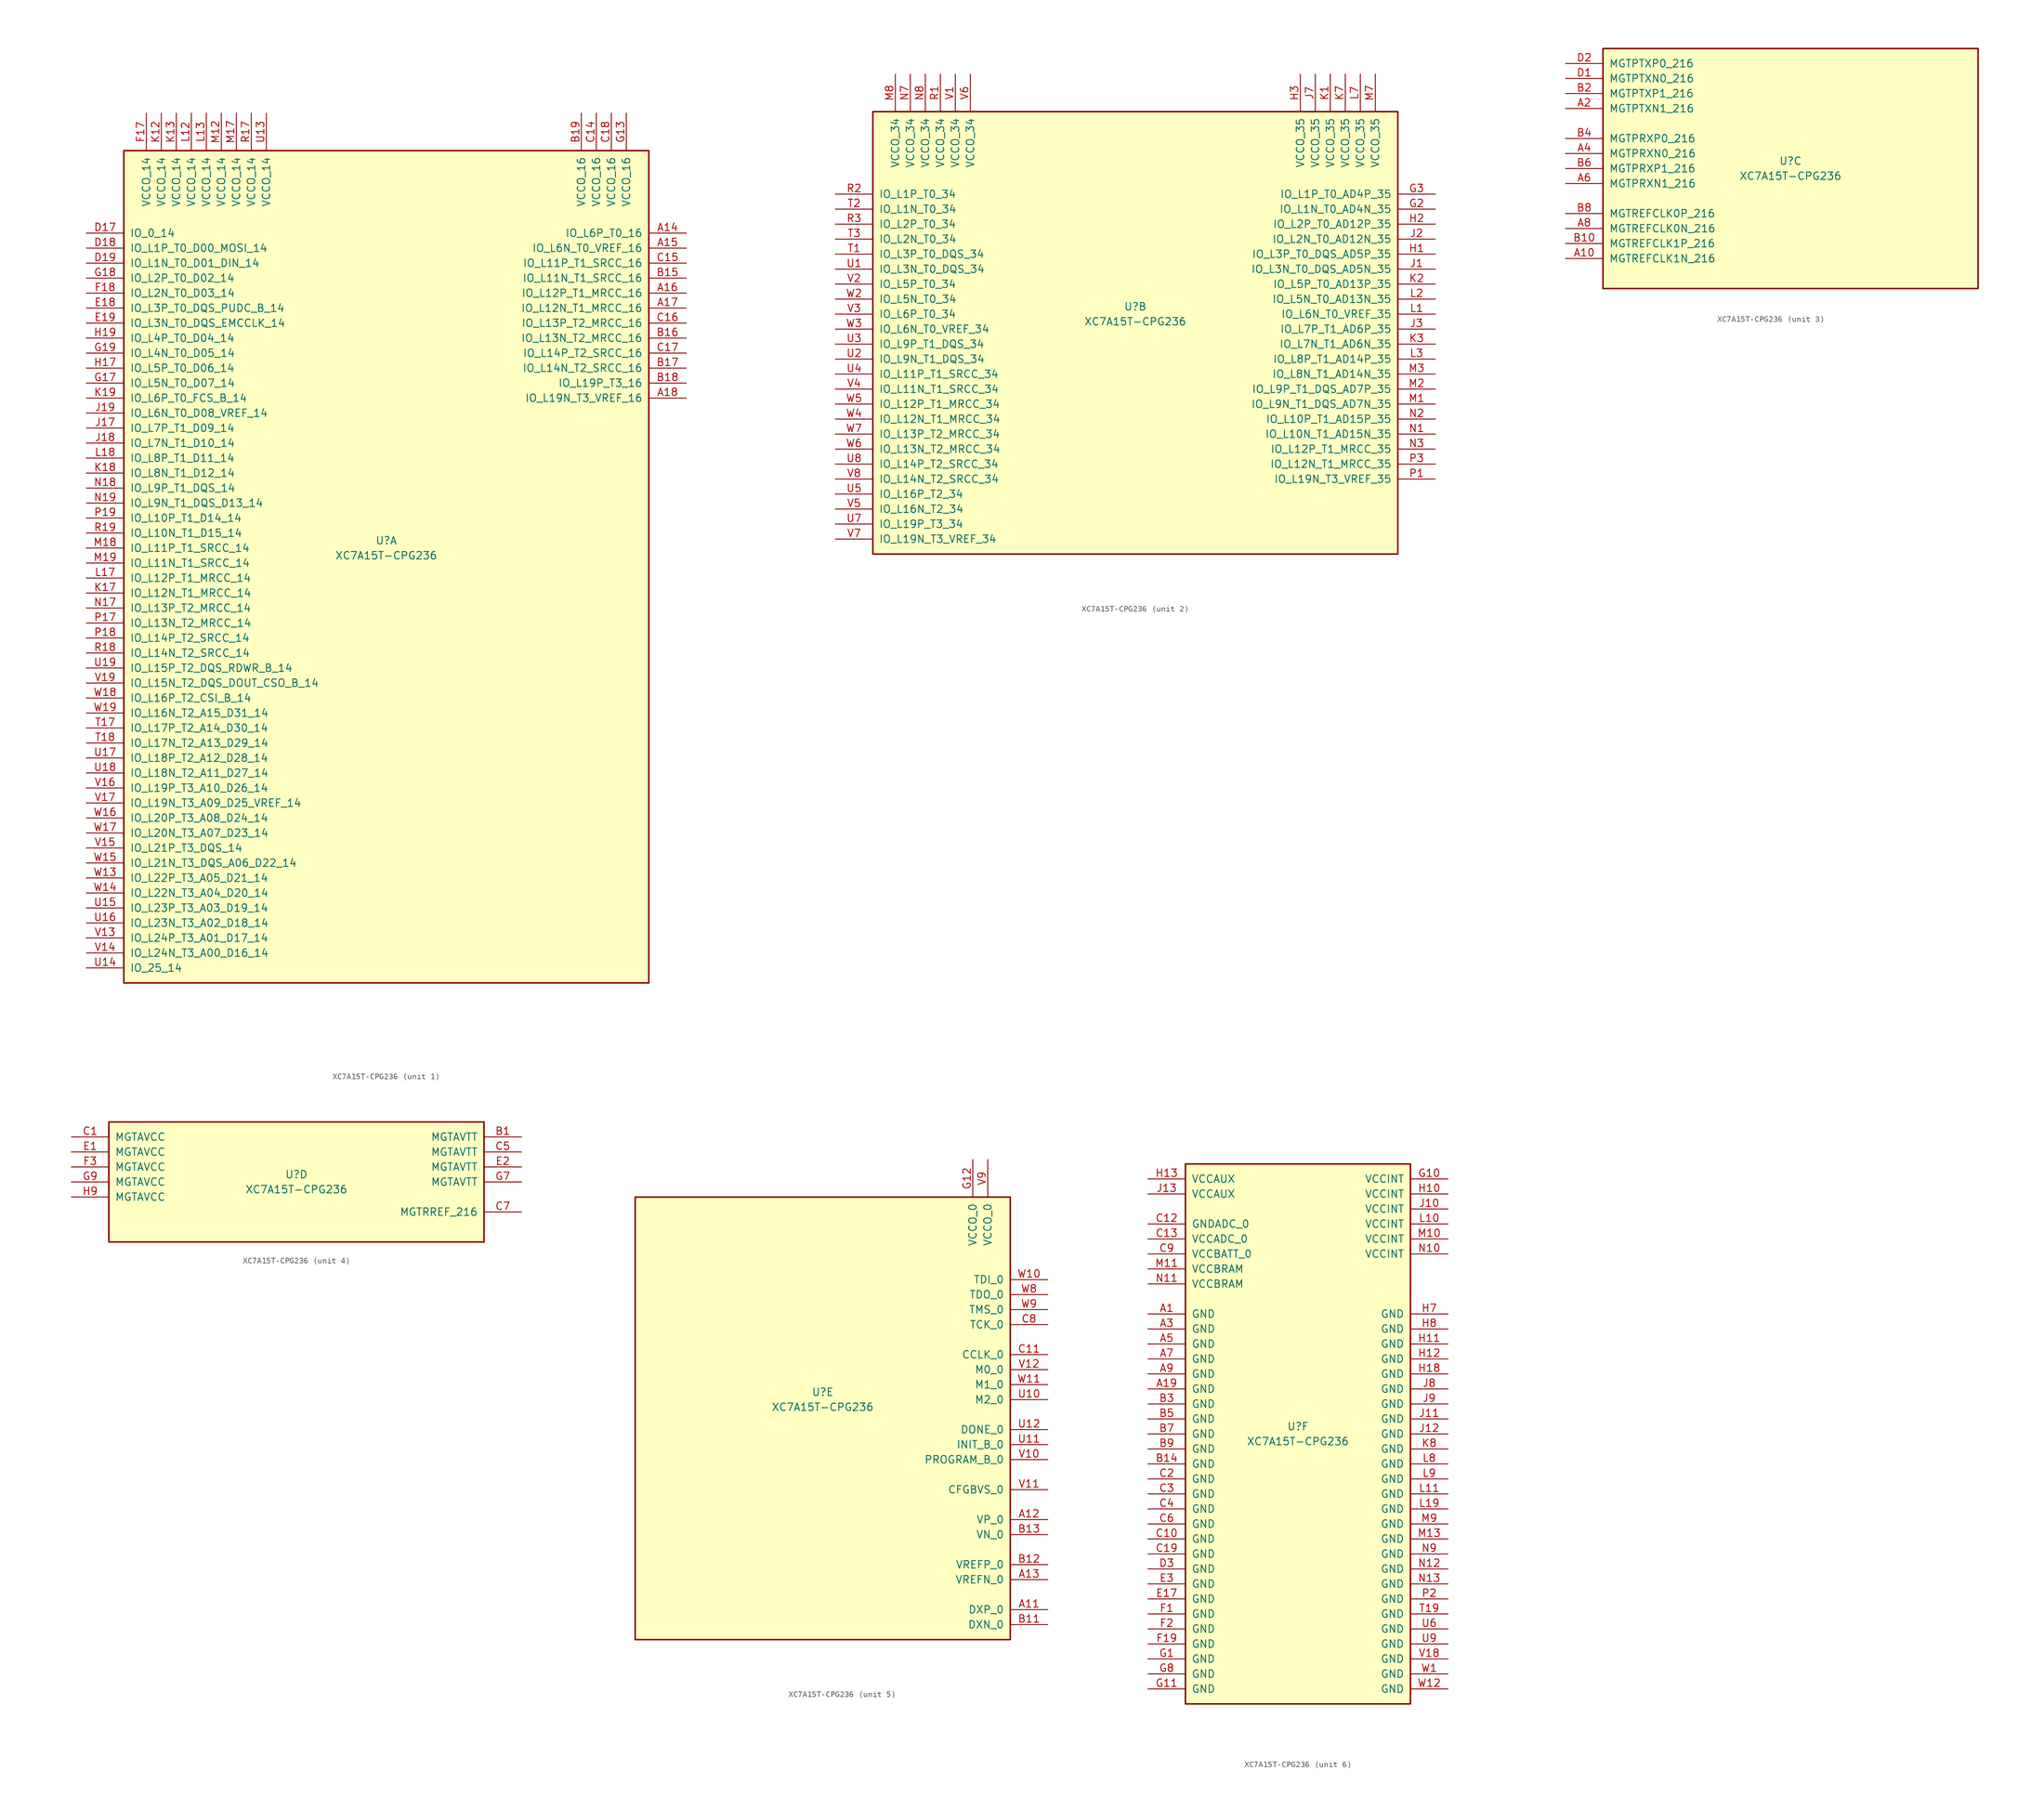
<source format=kicad_sym>
(kicad_symbol_lib
  (version 20231120)
  (generator "kicad_symbol_editor")
  (generator_version "8.0")
  (symbol "XC7A15T-CPG236"
    (pin_names
      (offset 1.016))
    (property "Reference" "U"
      (at 0 1.27 0)
      (effects (font (size 1.27 1.27))))
    (property "Value" "XC7A15T-CPG236"
      (at 0 -1.27 0)
      (effects (font (size 1.27 1.27))))
    (property "Datasheet" ""
      (at 0 0 0)
      (effects (font (size 1.27 1.27))))
    (property "ki_locked" ""
      (at 0 0 0)
      (effects (font (size 1.27 1.27))))
    (symbol "XC7A15T-CPG236_1_1"
      (rectangle (start -44.45 67.31) (end 44.45 -73.66) (stroke (width 0.254) (type solid)) (fill (type background)))
      (pin bidirectional line (at 50.8 53.34 180) (length 6.35) (name "IO_L6P_T0_16" (effects (font (size 1.27 1.27)))) (number "A14" (effects (font (size 1.27 1.27)))))
      (pin bidirectional line (at 50.8 50.8 180) (length 6.35) (name "IO_L6N_T0_VREF_16" (effects (font (size 1.27 1.27)))) (number "A15" (effects (font (size 1.27 1.27)))))
      (pin bidirectional line (at 50.8 43.18 180) (length 6.35) (name "IO_L12P_T1_MRCC_16" (effects (font (size 1.27 1.27)))) (number "A16" (effects (font (size 1.27 1.27)))))
      (pin bidirectional line (at 50.8 40.64 180) (length 6.35) (name "IO_L12N_T1_MRCC_16" (effects (font (size 1.27 1.27)))) (number "A17" (effects (font (size 1.27 1.27)))))
      (pin bidirectional line (at 50.8 25.4 180) (length 6.35) (name "IO_L19N_T3_VREF_16" (effects (font (size 1.27 1.27)))) (number "A18" (effects (font (size 1.27 1.27)))))
      (pin bidirectional line (at 50.8 45.72 180) (length 6.35) (name "IO_L11N_T1_SRCC_16" (effects (font (size 1.27 1.27)))) (number "B15" (effects (font (size 1.27 1.27)))))
      (pin bidirectional line (at 50.8 35.56 180) (length 6.35) (name "IO_L13N_T2_MRCC_16" (effects (font (size 1.27 1.27)))) (number "B16" (effects (font (size 1.27 1.27)))))
      (pin bidirectional line (at 50.8 30.48 180) (length 6.35) (name "IO_L14N_T2_SRCC_16" (effects (font (size 1.27 1.27)))) (number "B17" (effects (font (size 1.27 1.27)))))
      (pin bidirectional line (at 50.8 27.94 180) (length 6.35) (name "IO_L19P_T3_16" (effects (font (size 1.27 1.27)))) (number "B18" (effects (font (size 1.27 1.27)))))
      (pin power_in line (at 33.02 73.66 270) (length 6.35) (name "VCCO_16" (effects (font (size 1.27 1.27)))) (number "B19" (effects (font (size 1.27 1.27)))))
      (pin power_in line (at 35.56 73.66 270) (length 6.35) (name "VCCO_16" (effects (font (size 1.27 1.27)))) (number "C14" (effects (font (size 1.27 1.27)))))
      (pin bidirectional line (at 50.8 48.26 180) (length 6.35) (name "IO_L11P_T1_SRCC_16" (effects (font (size 1.27 1.27)))) (number "C15" (effects (font (size 1.27 1.27)))))
      (pin bidirectional line (at 50.8 38.1 180) (length 6.35) (name "IO_L13P_T2_MRCC_16" (effects (font (size 1.27 1.27)))) (number "C16" (effects (font (size 1.27 1.27)))))
      (pin bidirectional line (at 50.8 33.02 180) (length 6.35) (name "IO_L14P_T2_SRCC_16" (effects (font (size 1.27 1.27)))) (number "C17" (effects (font (size 1.27 1.27)))))
      (pin power_in line (at 38.1 73.66 270) (length 6.35) (name "VCCO_16" (effects (font (size 1.27 1.27)))) (number "C18" (effects (font (size 1.27 1.27)))))
      (pin bidirectional line (at -50.8 53.34 0) (length 6.35) (name "IO_0_14" (effects (font (size 1.27 1.27)))) (number "D17" (effects (font (size 1.27 1.27)))))
      (pin bidirectional line (at -50.8 50.8 0) (length 6.35) (name "IO_L1P_T0_D00_MOSI_14" (effects (font (size 1.27 1.27)))) (number "D18" (effects (font (size 1.27 1.27)))))
      (pin bidirectional line (at -50.8 48.26 0) (length 6.35) (name "IO_L1N_T0_D01_DIN_14" (effects (font (size 1.27 1.27)))) (number "D19" (effects (font (size 1.27 1.27)))))
      (pin bidirectional line (at -50.8 40.64 0) (length 6.35) (name "IO_L3P_T0_DQS_PUDC_B_14" (effects (font (size 1.27 1.27)))) (number "E18" (effects (font (size 1.27 1.27)))))
      (pin bidirectional line (at -50.8 38.1 0) (length 6.35) (name "IO_L3N_T0_DQS_EMCCLK_14" (effects (font (size 1.27 1.27)))) (number "E19" (effects (font (size 1.27 1.27)))))
      (pin power_in line (at -40.64 73.66 270) (length 6.35) (name "VCCO_14" (effects (font (size 1.27 1.27)))) (number "F17" (effects (font (size 1.27 1.27)))))
      (pin bidirectional line (at -50.8 43.18 0) (length 6.35) (name "IO_L2N_T0_D03_14" (effects (font (size 1.27 1.27)))) (number "F18" (effects (font (size 1.27 1.27)))))
      (pin power_in line (at 40.64 73.66 270) (length 6.35) (name "VCCO_16" (effects (font (size 1.27 1.27)))) (number "G13" (effects (font (size 1.27 1.27)))))
      (pin bidirectional line (at -50.8 27.94 0) (length 6.35) (name "IO_L5N_T0_D07_14" (effects (font (size 1.27 1.27)))) (number "G17" (effects (font (size 1.27 1.27)))))
      (pin bidirectional line (at -50.8 45.72 0) (length 6.35) (name "IO_L2P_T0_D02_14" (effects (font (size 1.27 1.27)))) (number "G18" (effects (font (size 1.27 1.27)))))
      (pin bidirectional line (at -50.8 33.02 0) (length 6.35) (name "IO_L4N_T0_D05_14" (effects (font (size 1.27 1.27)))) (number "G19" (effects (font (size 1.27 1.27)))))
      (pin bidirectional line (at -50.8 30.48 0) (length 6.35) (name "IO_L5P_T0_D06_14" (effects (font (size 1.27 1.27)))) (number "H17" (effects (font (size 1.27 1.27)))))
      (pin bidirectional line (at -50.8 35.56 0) (length 6.35) (name "IO_L4P_T0_D04_14" (effects (font (size 1.27 1.27)))) (number "H19" (effects (font (size 1.27 1.27)))))
      (pin bidirectional line (at -50.8 20.32 0) (length 6.35) (name "IO_L7P_T1_D09_14" (effects (font (size 1.27 1.27)))) (number "J17" (effects (font (size 1.27 1.27)))))
      (pin bidirectional line (at -50.8 17.78 0) (length 6.35) (name "IO_L7N_T1_D10_14" (effects (font (size 1.27 1.27)))) (number "J18" (effects (font (size 1.27 1.27)))))
      (pin bidirectional line (at -50.8 22.86 0) (length 6.35) (name "IO_L6N_T0_D08_VREF_14" (effects (font (size 1.27 1.27)))) (number "J19" (effects (font (size 1.27 1.27)))))
      (pin power_in line (at -38.1 73.66 270) (length 6.35) (name "VCCO_14" (effects (font (size 1.27 1.27)))) (number "K12" (effects (font (size 1.27 1.27)))))
      (pin power_in line (at -35.56 73.66 270) (length 6.35) (name "VCCO_14" (effects (font (size 1.27 1.27)))) (number "K13" (effects (font (size 1.27 1.27)))))
      (pin bidirectional line (at -50.8 -7.62 0) (length 6.35) (name "IO_L12N_T1_MRCC_14" (effects (font (size 1.27 1.27)))) (number "K17" (effects (font (size 1.27 1.27)))))
      (pin bidirectional line (at -50.8 12.7 0) (length 6.35) (name "IO_L8N_T1_D12_14" (effects (font (size 1.27 1.27)))) (number "K18" (effects (font (size 1.27 1.27)))))
      (pin bidirectional line (at -50.8 25.4 0) (length 6.35) (name "IO_L6P_T0_FCS_B_14" (effects (font (size 1.27 1.27)))) (number "K19" (effects (font (size 1.27 1.27)))))
      (pin power_in line (at -33.02 73.66 270) (length 6.35) (name "VCCO_14" (effects (font (size 1.27 1.27)))) (number "L12" (effects (font (size 1.27 1.27)))))
      (pin power_in line (at -30.48 73.66 270) (length 6.35) (name "VCCO_14" (effects (font (size 1.27 1.27)))) (number "L13" (effects (font (size 1.27 1.27)))))
      (pin bidirectional line (at -50.8 -5.08 0) (length 6.35) (name "IO_L12P_T1_MRCC_14" (effects (font (size 1.27 1.27)))) (number "L17" (effects (font (size 1.27 1.27)))))
      (pin bidirectional line (at -50.8 15.24 0) (length 6.35) (name "IO_L8P_T1_D11_14" (effects (font (size 1.27 1.27)))) (number "L18" (effects (font (size 1.27 1.27)))))
      (pin power_in line (at -27.94 73.66 270) (length 6.35) (name "VCCO_14" (effects (font (size 1.27 1.27)))) (number "M12" (effects (font (size 1.27 1.27)))))
      (pin power_in line (at -25.4 73.66 270) (length 6.35) (name "VCCO_14" (effects (font (size 1.27 1.27)))) (number "M17" (effects (font (size 1.27 1.27)))))
      (pin bidirectional line (at -50.8 0 0) (length 6.35) (name "IO_L11P_T1_SRCC_14" (effects (font (size 1.27 1.27)))) (number "M18" (effects (font (size 1.27 1.27)))))
      (pin bidirectional line (at -50.8 -2.54 0) (length 6.35) (name "IO_L11N_T1_SRCC_14" (effects (font (size 1.27 1.27)))) (number "M19" (effects (font (size 1.27 1.27)))))
      (pin bidirectional line (at -50.8 -10.16 0) (length 6.35) (name "IO_L13P_T2_MRCC_14" (effects (font (size 1.27 1.27)))) (number "N17" (effects (font (size 1.27 1.27)))))
      (pin bidirectional line (at -50.8 10.16 0) (length 6.35) (name "IO_L9P_T1_DQS_14" (effects (font (size 1.27 1.27)))) (number "N18" (effects (font (size 1.27 1.27)))))
      (pin bidirectional line (at -50.8 7.62 0) (length 6.35) (name "IO_L9N_T1_DQS_D13_14" (effects (font (size 1.27 1.27)))) (number "N19" (effects (font (size 1.27 1.27)))))
      (pin bidirectional line (at -50.8 -12.7 0) (length 6.35) (name "IO_L13N_T2_MRCC_14" (effects (font (size 1.27 1.27)))) (number "P17" (effects (font (size 1.27 1.27)))))
      (pin bidirectional line (at -50.8 -15.24 0) (length 6.35) (name "IO_L14P_T2_SRCC_14" (effects (font (size 1.27 1.27)))) (number "P18" (effects (font (size 1.27 1.27)))))
      (pin bidirectional line (at -50.8 5.08 0) (length 6.35) (name "IO_L10P_T1_D14_14" (effects (font (size 1.27 1.27)))) (number "P19" (effects (font (size 1.27 1.27)))))
      (pin power_in line (at -22.86 73.66 270) (length 6.35) (name "VCCO_14" (effects (font (size 1.27 1.27)))) (number "R17" (effects (font (size 1.27 1.27)))))
      (pin bidirectional line (at -50.8 -17.78 0) (length 6.35) (name "IO_L14N_T2_SRCC_14" (effects (font (size 1.27 1.27)))) (number "R18" (effects (font (size 1.27 1.27)))))
      (pin bidirectional line (at -50.8 2.54 0) (length 6.35) (name "IO_L10N_T1_D15_14" (effects (font (size 1.27 1.27)))) (number "R19" (effects (font (size 1.27 1.27)))))
      (pin bidirectional line (at -50.8 -30.48 0) (length 6.35) (name "IO_L17P_T2_A14_D30_14" (effects (font (size 1.27 1.27)))) (number "T17" (effects (font (size 1.27 1.27)))))
      (pin bidirectional line (at -50.8 -33.02 0) (length 6.35) (name "IO_L17N_T2_A13_D29_14" (effects (font (size 1.27 1.27)))) (number "T18" (effects (font (size 1.27 1.27)))))
      (pin power_in line (at -20.32 73.66 270) (length 6.35) (name "VCCO_14" (effects (font (size 1.27 1.27)))) (number "U13" (effects (font (size 1.27 1.27)))))
      (pin bidirectional line (at -50.8 -71.12 0) (length 6.35) (name "IO_25_14" (effects (font (size 1.27 1.27)))) (number "U14" (effects (font (size 1.27 1.27)))))
      (pin bidirectional line (at -50.8 -60.96 0) (length 6.35) (name "IO_L23P_T3_A03_D19_14" (effects (font (size 1.27 1.27)))) (number "U15" (effects (font (size 1.27 1.27)))))
      (pin bidirectional line (at -50.8 -63.5 0) (length 6.35) (name "IO_L23N_T3_A02_D18_14" (effects (font (size 1.27 1.27)))) (number "U16" (effects (font (size 1.27 1.27)))))
      (pin bidirectional line (at -50.8 -35.56 0) (length 6.35) (name "IO_L18P_T2_A12_D28_14" (effects (font (size 1.27 1.27)))) (number "U17" (effects (font (size 1.27 1.27)))))
      (pin bidirectional line (at -50.8 -38.1 0) (length 6.35) (name "IO_L18N_T2_A11_D27_14" (effects (font (size 1.27 1.27)))) (number "U18" (effects (font (size 1.27 1.27)))))
      (pin bidirectional line (at -50.8 -20.32 0) (length 6.35) (name "IO_L15P_T2_DQS_RDWR_B_14" (effects (font (size 1.27 1.27)))) (number "U19" (effects (font (size 1.27 1.27)))))
      (pin bidirectional line (at -50.8 -66.04 0) (length 6.35) (name "IO_L24P_T3_A01_D17_14" (effects (font (size 1.27 1.27)))) (number "V13" (effects (font (size 1.27 1.27)))))
      (pin bidirectional line (at -50.8 -68.58 0) (length 6.35) (name "IO_L24N_T3_A00_D16_14" (effects (font (size 1.27 1.27)))) (number "V14" (effects (font (size 1.27 1.27)))))
      (pin bidirectional line (at -50.8 -50.8 0) (length 6.35) (name "IO_L21P_T3_DQS_14" (effects (font (size 1.27 1.27)))) (number "V15" (effects (font (size 1.27 1.27)))))
      (pin bidirectional line (at -50.8 -40.64 0) (length 6.35) (name "IO_L19P_T3_A10_D26_14" (effects (font (size 1.27 1.27)))) (number "V16" (effects (font (size 1.27 1.27)))))
      (pin bidirectional line (at -50.8 -43.18 0) (length 6.35) (name "IO_L19N_T3_A09_D25_VREF_14" (effects (font (size 1.27 1.27)))) (number "V17" (effects (font (size 1.27 1.27)))))
      (pin bidirectional line (at -50.8 -22.86 0) (length 6.35) (name "IO_L15N_T2_DQS_DOUT_CSO_B_14" (effects (font (size 1.27 1.27)))) (number "V19" (effects (font (size 1.27 1.27)))))
      (pin bidirectional line (at -50.8 -55.88 0) (length 6.35) (name "IO_L22P_T3_A05_D21_14" (effects (font (size 1.27 1.27)))) (number "W13" (effects (font (size 1.27 1.27)))))
      (pin bidirectional line (at -50.8 -58.42 0) (length 6.35) (name "IO_L22N_T3_A04_D20_14" (effects (font (size 1.27 1.27)))) (number "W14" (effects (font (size 1.27 1.27)))))
      (pin bidirectional line (at -50.8 -53.34 0) (length 6.35) (name "IO_L21N_T3_DQS_A06_D22_14" (effects (font (size 1.27 1.27)))) (number "W15" (effects (font (size 1.27 1.27)))))
      (pin bidirectional line (at -50.8 -45.72 0) (length 6.35) (name "IO_L20P_T3_A08_D24_14" (effects (font (size 1.27 1.27)))) (number "W16" (effects (font (size 1.27 1.27)))))
      (pin bidirectional line (at -50.8 -48.26 0) (length 6.35) (name "IO_L20N_T3_A07_D23_14" (effects (font (size 1.27 1.27)))) (number "W17" (effects (font (size 1.27 1.27)))))
      (pin bidirectional line (at -50.8 -25.4 0) (length 6.35) (name "IO_L16P_T2_CSI_B_14" (effects (font (size 1.27 1.27)))) (number "W18" (effects (font (size 1.27 1.27)))))
      (pin bidirectional line (at -50.8 -27.94 0) (length 6.35) (name "IO_L16N_T2_A15_D31_14" (effects (font (size 1.27 1.27)))) (number "W19" (effects (font (size 1.27 1.27))))))
    (symbol "XC7A15T-CPG236_2_1"
      (rectangle (start -44.45 34.29) (end 44.45 -40.64) (stroke (width 0.254) (type solid)) (fill (type background)))
      (pin bidirectional line (at 50.8 17.78 180) (length 6.35) (name "IO_L1N_T0_AD4N_35" (effects (font (size 1.27 1.27)))) (number "G2" (effects (font (size 1.27 1.27)))))
      (pin bidirectional line (at 50.8 20.32 180) (length 6.35) (name "IO_L1P_T0_AD4P_35" (effects (font (size 1.27 1.27)))) (number "G3" (effects (font (size 1.27 1.27)))))
      (pin bidirectional line (at 50.8 10.16 180) (length 6.35) (name "IO_L3P_T0_DQS_AD5P_35" (effects (font (size 1.27 1.27)))) (number "H1" (effects (font (size 1.27 1.27)))))
      (pin bidirectional line (at 50.8 15.24 180) (length 6.35) (name "IO_L2P_T0_AD12P_35" (effects (font (size 1.27 1.27)))) (number "H2" (effects (font (size 1.27 1.27)))))
      (pin power_in line (at 27.94 40.64 270) (length 6.35) (name "VCCO_35" (effects (font (size 1.27 1.27)))) (number "H3" (effects (font (size 1.27 1.27)))))
      (pin bidirectional line (at 50.8 7.62 180) (length 6.35) (name "IO_L3N_T0_DQS_AD5N_35" (effects (font (size 1.27 1.27)))) (number "J1" (effects (font (size 1.27 1.27)))))
      (pin bidirectional line (at 50.8 12.7 180) (length 6.35) (name "IO_L2N_T0_AD12N_35" (effects (font (size 1.27 1.27)))) (number "J2" (effects (font (size 1.27 1.27)))))
      (pin bidirectional line (at 50.8 -2.54 180) (length 6.35) (name "IO_L7P_T1_AD6P_35" (effects (font (size 1.27 1.27)))) (number "J3" (effects (font (size 1.27 1.27)))))
      (pin power_in line (at 30.48 40.64 270) (length 6.35) (name "VCCO_35" (effects (font (size 1.27 1.27)))) (number "J7" (effects (font (size 1.27 1.27)))))
      (pin power_in line (at 33.02 40.64 270) (length 6.35) (name "VCCO_35" (effects (font (size 1.27 1.27)))) (number "K1" (effects (font (size 1.27 1.27)))))
      (pin bidirectional line (at 50.8 5.08 180) (length 6.35) (name "IO_L5P_T0_AD13P_35" (effects (font (size 1.27 1.27)))) (number "K2" (effects (font (size 1.27 1.27)))))
      (pin bidirectional line (at 50.8 -5.08 180) (length 6.35) (name "IO_L7N_T1_AD6N_35" (effects (font (size 1.27 1.27)))) (number "K3" (effects (font (size 1.27 1.27)))))
      (pin power_in line (at 35.56 40.64 270) (length 6.35) (name "VCCO_35" (effects (font (size 1.27 1.27)))) (number "K7" (effects (font (size 1.27 1.27)))))
      (pin bidirectional line (at 50.8 0 180) (length 6.35) (name "IO_L6N_T0_VREF_35" (effects (font (size 1.27 1.27)))) (number "L1" (effects (font (size 1.27 1.27)))))
      (pin bidirectional line (at 50.8 2.54 180) (length 6.35) (name "IO_L5N_T0_AD13N_35" (effects (font (size 1.27 1.27)))) (number "L2" (effects (font (size 1.27 1.27)))))
      (pin bidirectional line (at 50.8 -7.62 180) (length 6.35) (name "IO_L8P_T1_AD14P_35" (effects (font (size 1.27 1.27)))) (number "L3" (effects (font (size 1.27 1.27)))))
      (pin power_in line (at 38.1 40.64 270) (length 6.35) (name "VCCO_35" (effects (font (size 1.27 1.27)))) (number "L7" (effects (font (size 1.27 1.27)))))
      (pin bidirectional line (at 50.8 -15.24 180) (length 6.35) (name "IO_L9N_T1_DQS_AD7N_35" (effects (font (size 1.27 1.27)))) (number "M1" (effects (font (size 1.27 1.27)))))
      (pin bidirectional line (at 50.8 -12.7 180) (length 6.35) (name "IO_L9P_T1_DQS_AD7P_35" (effects (font (size 1.27 1.27)))) (number "M2" (effects (font (size 1.27 1.27)))))
      (pin bidirectional line (at 50.8 -10.16 180) (length 6.35) (name "IO_L8N_T1_AD14N_35" (effects (font (size 1.27 1.27)))) (number "M3" (effects (font (size 1.27 1.27)))))
      (pin power_in line (at 40.64 40.64 270) (length 6.35) (name "VCCO_35" (effects (font (size 1.27 1.27)))) (number "M7" (effects (font (size 1.27 1.27)))))
      (pin power_in line (at -40.64 40.64 270) (length 6.35) (name "VCCO_34" (effects (font (size 1.27 1.27)))) (number "M8" (effects (font (size 1.27 1.27)))))
      (pin bidirectional line (at 50.8 -20.32 180) (length 6.35) (name "IO_L10N_T1_AD15N_35" (effects (font (size 1.27 1.27)))) (number "N1" (effects (font (size 1.27 1.27)))))
      (pin bidirectional line (at 50.8 -17.78 180) (length 6.35) (name "IO_L10P_T1_AD15P_35" (effects (font (size 1.27 1.27)))) (number "N2" (effects (font (size 1.27 1.27)))))
      (pin bidirectional line (at 50.8 -22.86 180) (length 6.35) (name "IO_L12P_T1_MRCC_35" (effects (font (size 1.27 1.27)))) (number "N3" (effects (font (size 1.27 1.27)))))
      (pin power_in line (at -38.1 40.64 270) (length 6.35) (name "VCCO_34" (effects (font (size 1.27 1.27)))) (number "N7" (effects (font (size 1.27 1.27)))))
      (pin power_in line (at -35.56 40.64 270) (length 6.35) (name "VCCO_34" (effects (font (size 1.27 1.27)))) (number "N8" (effects (font (size 1.27 1.27)))))
      (pin bidirectional line (at 50.8 -27.94 180) (length 6.35) (name "IO_L19N_T3_VREF_35" (effects (font (size 1.27 1.27)))) (number "P1" (effects (font (size 1.27 1.27)))))
      (pin bidirectional line (at 50.8 -25.4 180) (length 6.35) (name "IO_L12N_T1_MRCC_35" (effects (font (size 1.27 1.27)))) (number "P3" (effects (font (size 1.27 1.27)))))
      (pin power_in line (at -33.02 40.64 270) (length 6.35) (name "VCCO_34" (effects (font (size 1.27 1.27)))) (number "R1" (effects (font (size 1.27 1.27)))))
      (pin bidirectional line (at -50.8 20.32 0) (length 6.35) (name "IO_L1P_T0_34" (effects (font (size 1.27 1.27)))) (number "R2" (effects (font (size 1.27 1.27)))))
      (pin bidirectional line (at -50.8 15.24 0) (length 6.35) (name "IO_L2P_T0_34" (effects (font (size 1.27 1.27)))) (number "R3" (effects (font (size 1.27 1.27)))))
      (pin bidirectional line (at -50.8 10.16 0) (length 6.35) (name "IO_L3P_T0_DQS_34" (effects (font (size 1.27 1.27)))) (number "T1" (effects (font (size 1.27 1.27)))))
      (pin bidirectional line (at -50.8 17.78 0) (length 6.35) (name "IO_L1N_T0_34" (effects (font (size 1.27 1.27)))) (number "T2" (effects (font (size 1.27 1.27)))))
      (pin bidirectional line (at -50.8 12.7 0) (length 6.35) (name "IO_L2N_T0_34" (effects (font (size 1.27 1.27)))) (number "T3" (effects (font (size 1.27 1.27)))))
      (pin bidirectional line (at -50.8 7.62 0) (length 6.35) (name "IO_L3N_T0_DQS_34" (effects (font (size 1.27 1.27)))) (number "U1" (effects (font (size 1.27 1.27)))))
      (pin bidirectional line (at -50.8 -7.62 0) (length 6.35) (name "IO_L9N_T1_DQS_34" (effects (font (size 1.27 1.27)))) (number "U2" (effects (font (size 1.27 1.27)))))
      (pin bidirectional line (at -50.8 -5.08 0) (length 6.35) (name "IO_L9P_T1_DQS_34" (effects (font (size 1.27 1.27)))) (number "U3" (effects (font (size 1.27 1.27)))))
      (pin bidirectional line (at -50.8 -10.16 0) (length 6.35) (name "IO_L11P_T1_SRCC_34" (effects (font (size 1.27 1.27)))) (number "U4" (effects (font (size 1.27 1.27)))))
      (pin bidirectional line (at -50.8 -30.48 0) (length 6.35) (name "IO_L16P_T2_34" (effects (font (size 1.27 1.27)))) (number "U5" (effects (font (size 1.27 1.27)))))
      (pin bidirectional line (at -50.8 -35.56 0) (length 6.35) (name "IO_L19P_T3_34" (effects (font (size 1.27 1.27)))) (number "U7" (effects (font (size 1.27 1.27)))))
      (pin bidirectional line (at -50.8 -25.4 0) (length 6.35) (name "IO_L14P_T2_SRCC_34" (effects (font (size 1.27 1.27)))) (number "U8" (effects (font (size 1.27 1.27)))))
      (pin power_in line (at -30.48 40.64 270) (length 6.35) (name "VCCO_34" (effects (font (size 1.27 1.27)))) (number "V1" (effects (font (size 1.27 1.27)))))
      (pin bidirectional line (at -50.8 5.08 0) (length 6.35) (name "IO_L5P_T0_34" (effects (font (size 1.27 1.27)))) (number "V2" (effects (font (size 1.27 1.27)))))
      (pin bidirectional line (at -50.8 0 0) (length 6.35) (name "IO_L6P_T0_34" (effects (font (size 1.27 1.27)))) (number "V3" (effects (font (size 1.27 1.27)))))
      (pin bidirectional line (at -50.8 -12.7 0) (length 6.35) (name "IO_L11N_T1_SRCC_34" (effects (font (size 1.27 1.27)))) (number "V4" (effects (font (size 1.27 1.27)))))
      (pin bidirectional line (at -50.8 -33.02 0) (length 6.35) (name "IO_L16N_T2_34" (effects (font (size 1.27 1.27)))) (number "V5" (effects (font (size 1.27 1.27)))))
      (pin power_in line (at -27.94 40.64 270) (length 6.35) (name "VCCO_34" (effects (font (size 1.27 1.27)))) (number "V6" (effects (font (size 1.27 1.27)))))
      (pin bidirectional line (at -50.8 -38.1 0) (length 6.35) (name "IO_L19N_T3_VREF_34" (effects (font (size 1.27 1.27)))) (number "V7" (effects (font (size 1.27 1.27)))))
      (pin bidirectional line (at -50.8 -27.94 0) (length 6.35) (name "IO_L14N_T2_SRCC_34" (effects (font (size 1.27 1.27)))) (number "V8" (effects (font (size 1.27 1.27)))))
      (pin bidirectional line (at -50.8 2.54 0) (length 6.35) (name "IO_L5N_T0_34" (effects (font (size 1.27 1.27)))) (number "W2" (effects (font (size 1.27 1.27)))))
      (pin bidirectional line (at -50.8 -2.54 0) (length 6.35) (name "IO_L6N_T0_VREF_34" (effects (font (size 1.27 1.27)))) (number "W3" (effects (font (size 1.27 1.27)))))
      (pin bidirectional line (at -50.8 -17.78 0) (length 6.35) (name "IO_L12N_T1_MRCC_34" (effects (font (size 1.27 1.27)))) (number "W4" (effects (font (size 1.27 1.27)))))
      (pin bidirectional line (at -50.8 -15.24 0) (length 6.35) (name "IO_L12P_T1_MRCC_34" (effects (font (size 1.27 1.27)))) (number "W5" (effects (font (size 1.27 1.27)))))
      (pin bidirectional line (at -50.8 -22.86 0) (length 6.35) (name "IO_L13N_T2_MRCC_34" (effects (font (size 1.27 1.27)))) (number "W6" (effects (font (size 1.27 1.27)))))
      (pin bidirectional line (at -50.8 -20.32 0) (length 6.35) (name "IO_L13P_T2_MRCC_34" (effects (font (size 1.27 1.27)))) (number "W7" (effects (font (size 1.27 1.27))))))
    (symbol "XC7A15T-CPG236_3_1"
      (rectangle (start -31.75 20.32) (end 31.75 -20.32) (stroke (width 0.254) (type solid)) (fill (type background)))
      (pin bidirectional line (at -38.1 -15.24 0) (length 6.35) (name "MGTREFCLK1N_216" (effects (font (size 1.27 1.27)))) (number "A10" (effects (font (size 1.27 1.27)))))
      (pin bidirectional line (at -38.1 10.16 0) (length 6.35) (name "MGTPTXN1_216" (effects (font (size 1.27 1.27)))) (number "A2" (effects (font (size 1.27 1.27)))))
      (pin bidirectional line (at -38.1 2.54 0) (length 6.35) (name "MGTPRXN0_216" (effects (font (size 1.27 1.27)))) (number "A4" (effects (font (size 1.27 1.27)))))
      (pin bidirectional line (at -38.1 -2.54 0) (length 6.35) (name "MGTPRXN1_216" (effects (font (size 1.27 1.27)))) (number "A6" (effects (font (size 1.27 1.27)))))
      (pin bidirectional line (at -38.1 -10.16 0) (length 6.35) (name "MGTREFCLK0N_216" (effects (font (size 1.27 1.27)))) (number "A8" (effects (font (size 1.27 1.27)))))
      (pin bidirectional line (at -38.1 -12.7 0) (length 6.35) (name "MGTREFCLK1P_216" (effects (font (size 1.27 1.27)))) (number "B10" (effects (font (size 1.27 1.27)))))
      (pin bidirectional line (at -38.1 12.7 0) (length 6.35) (name "MGTPTXP1_216" (effects (font (size 1.27 1.27)))) (number "B2" (effects (font (size 1.27 1.27)))))
      (pin bidirectional line (at -38.1 5.08 0) (length 6.35) (name "MGTPRXP0_216" (effects (font (size 1.27 1.27)))) (number "B4" (effects (font (size 1.27 1.27)))))
      (pin bidirectional line (at -38.1 0 0) (length 6.35) (name "MGTPRXP1_216" (effects (font (size 1.27 1.27)))) (number "B6" (effects (font (size 1.27 1.27)))))
      (pin bidirectional line (at -38.1 -7.62 0) (length 6.35) (name "MGTREFCLK0P_216" (effects (font (size 1.27 1.27)))) (number "B8" (effects (font (size 1.27 1.27)))))
      (pin bidirectional line (at -38.1 15.24 0) (length 6.35) (name "MGTPTXN0_216" (effects (font (size 1.27 1.27)))) (number "D1" (effects (font (size 1.27 1.27)))))
      (pin bidirectional line (at -38.1 17.78 0) (length 6.35) (name "MGTPTXP0_216" (effects (font (size 1.27 1.27)))) (number "D2" (effects (font (size 1.27 1.27))))))
    (symbol "XC7A15T-CPG236_4_1"
      (rectangle (start -31.75 10.16) (end 31.75 -10.16) (stroke (width 0.254) (type solid)) (fill (type background)))
      (pin power_in line (at 38.1 7.62 180) (length 6.35) (name "MGTAVTT" (effects (font (size 1.27 1.27)))) (number "B1" (effects (font (size 1.27 1.27)))))
      (pin power_in line (at -38.1 7.62 0) (length 6.35) (name "MGTAVCC" (effects (font (size 1.27 1.27)))) (number "C1" (effects (font (size 1.27 1.27)))))
      (pin power_in line (at 38.1 5.08 180) (length 6.35) (name "MGTAVTT" (effects (font (size 1.27 1.27)))) (number "C5" (effects (font (size 1.27 1.27)))))
      (pin power_in line (at 38.1 -5.08 180) (length 6.35) (name "MGTRREF_216" (effects (font (size 1.27 1.27)))) (number "C7" (effects (font (size 1.27 1.27)))))
      (pin power_in line (at -38.1 5.08 0) (length 6.35) (name "MGTAVCC" (effects (font (size 1.27 1.27)))) (number "E1" (effects (font (size 1.27 1.27)))))
      (pin power_in line (at 38.1 2.54 180) (length 6.35) (name "MGTAVTT" (effects (font (size 1.27 1.27)))) (number "E2" (effects (font (size 1.27 1.27)))))
      (pin power_in line (at -38.1 2.54 0) (length 6.35) (name "MGTAVCC" (effects (font (size 1.27 1.27)))) (number "F3" (effects (font (size 1.27 1.27)))))
      (pin power_in line (at 38.1 0 180) (length 6.35) (name "MGTAVTT" (effects (font (size 1.27 1.27)))) (number "G7" (effects (font (size 1.27 1.27)))))
      (pin power_in line (at -38.1 0 0) (length 6.35) (name "MGTAVCC" (effects (font (size 1.27 1.27)))) (number "G9" (effects (font (size 1.27 1.27)))))
      (pin power_in line (at -38.1 -2.54 0) (length 6.35) (name "MGTAVCC" (effects (font (size 1.27 1.27)))) (number "H9" (effects (font (size 1.27 1.27))))))
    (symbol "XC7A15T-CPG236_5_1"
      (rectangle (start -31.75 34.29) (end 31.75 -40.64) (stroke (width 0.254) (type solid)) (fill (type background)))
      (pin bidirectional line (at 38.1 -35.56 180) (length 6.35) (name "DXP_0" (effects (font (size 1.27 1.27)))) (number "A11" (effects (font (size 1.27 1.27)))))
      (pin bidirectional line (at 38.1 -20.32 180) (length 6.35) (name "VP_0" (effects (font (size 1.27 1.27)))) (number "A12" (effects (font (size 1.27 1.27)))))
      (pin bidirectional line (at 38.1 -30.48 180) (length 6.35) (name "VREFN_0" (effects (font (size 1.27 1.27)))) (number "A13" (effects (font (size 1.27 1.27)))))
      (pin bidirectional line (at 38.1 -38.1 180) (length 6.35) (name "DXN_0" (effects (font (size 1.27 1.27)))) (number "B11" (effects (font (size 1.27 1.27)))))
      (pin bidirectional line (at 38.1 -27.94 180) (length 6.35) (name "VREFP_0" (effects (font (size 1.27 1.27)))) (number "B12" (effects (font (size 1.27 1.27)))))
      (pin bidirectional line (at 38.1 -22.86 180) (length 6.35) (name "VN_0" (effects (font (size 1.27 1.27)))) (number "B13" (effects (font (size 1.27 1.27)))))
      (pin bidirectional line (at 38.1 7.62 180) (length 6.35) (name "CCLK_0" (effects (font (size 1.27 1.27)))) (number "C11" (effects (font (size 1.27 1.27)))))
      (pin bidirectional line (at 38.1 12.7 180) (length 6.35) (name "TCK_0" (effects (font (size 1.27 1.27)))) (number "C8" (effects (font (size 1.27 1.27)))))
      (pin power_in line (at 25.4 40.64 270) (length 6.35) (name "VCCO_0" (effects (font (size 1.27 1.27)))) (number "G12" (effects (font (size 1.27 1.27)))))
      (pin bidirectional line (at 38.1 0 180) (length 6.35) (name "M2_0" (effects (font (size 1.27 1.27)))) (number "U10" (effects (font (size 1.27 1.27)))))
      (pin bidirectional line (at 38.1 -7.62 180) (length 6.35) (name "INIT_B_0" (effects (font (size 1.27 1.27)))) (number "U11" (effects (font (size 1.27 1.27)))))
      (pin bidirectional line (at 38.1 -5.08 180) (length 6.35) (name "DONE_0" (effects (font (size 1.27 1.27)))) (number "U12" (effects (font (size 1.27 1.27)))))
      (pin bidirectional line (at 38.1 -10.16 180) (length 6.35) (name "PROGRAM_B_0" (effects (font (size 1.27 1.27)))) (number "V10" (effects (font (size 1.27 1.27)))))
      (pin bidirectional line (at 38.1 -15.24 180) (length 6.35) (name "CFGBVS_0" (effects (font (size 1.27 1.27)))) (number "V11" (effects (font (size 1.27 1.27)))))
      (pin bidirectional line (at 38.1 5.08 180) (length 6.35) (name "M0_0" (effects (font (size 1.27 1.27)))) (number "V12" (effects (font (size 1.27 1.27)))))
      (pin power_in line (at 27.94 40.64 270) (length 6.35) (name "VCCO_0" (effects (font (size 1.27 1.27)))) (number "V9" (effects (font (size 1.27 1.27)))))
      (pin bidirectional line (at 38.1 20.32 180) (length 6.35) (name "TDI_0" (effects (font (size 1.27 1.27)))) (number "W10" (effects (font (size 1.27 1.27)))))
      (pin bidirectional line (at 38.1 2.54 180) (length 6.35) (name "M1_0" (effects (font (size 1.27 1.27)))) (number "W11" (effects (font (size 1.27 1.27)))))
      (pin bidirectional line (at 38.1 17.78 180) (length 6.35) (name "TDO_0" (effects (font (size 1.27 1.27)))) (number "W8" (effects (font (size 1.27 1.27)))))
      (pin bidirectional line (at 38.1 15.24 180) (length 6.35) (name "TMS_0" (effects (font (size 1.27 1.27)))) (number "W9" (effects (font (size 1.27 1.27))))))
    (symbol "XC7A15T-CPG236_6_1"
      (rectangle (start -19.05 45.72) (end 19.05 -45.72) (stroke (width 0.254) (type solid)) (fill (type background)))
      (pin power_in line (at -25.4 20.32 0) (length 6.35) (name "GND" (effects (font (size 1.27 1.27)))) (number "A1" (effects (font (size 1.27 1.27)))))
      (pin power_in line (at -25.4 7.62 0) (length 6.35) (name "GND" (effects (font (size 1.27 1.27)))) (number "A19" (effects (font (size 1.27 1.27)))))
      (pin power_in line (at -25.4 17.78 0) (length 6.35) (name "GND" (effects (font (size 1.27 1.27)))) (number "A3" (effects (font (size 1.27 1.27)))))
      (pin power_in line (at -25.4 15.24 0) (length 6.35) (name "GND" (effects (font (size 1.27 1.27)))) (number "A5" (effects (font (size 1.27 1.27)))))
      (pin power_in line (at -25.4 12.7 0) (length 6.35) (name "GND" (effects (font (size 1.27 1.27)))) (number "A7" (effects (font (size 1.27 1.27)))))
      (pin power_in line (at -25.4 10.16 0) (length 6.35) (name "GND" (effects (font (size 1.27 1.27)))) (number "A9" (effects (font (size 1.27 1.27)))))
      (pin power_in line (at -25.4 -5.08 0) (length 6.35) (name "GND" (effects (font (size 1.27 1.27)))) (number "B14" (effects (font (size 1.27 1.27)))))
      (pin power_in line (at -25.4 5.08 0) (length 6.35) (name "GND" (effects (font (size 1.27 1.27)))) (number "B3" (effects (font (size 1.27 1.27)))))
      (pin power_in line (at -25.4 2.54 0) (length 6.35) (name "GND" (effects (font (size 1.27 1.27)))) (number "B5" (effects (font (size 1.27 1.27)))))
      (pin power_in line (at -25.4 0 0) (length 6.35) (name "GND" (effects (font (size 1.27 1.27)))) (number "B7" (effects (font (size 1.27 1.27)))))
      (pin power_in line (at -25.4 -2.54 0) (length 6.35) (name "GND" (effects (font (size 1.27 1.27)))) (number "B9" (effects (font (size 1.27 1.27)))))
      (pin power_in line (at -25.4 -17.78 0) (length 6.35) (name "GND" (effects (font (size 1.27 1.27)))) (number "C10" (effects (font (size 1.27 1.27)))))
      (pin power_in line (at -25.4 35.56 0) (length 6.35) (name "GNDADC_0" (effects (font (size 1.27 1.27)))) (number "C12" (effects (font (size 1.27 1.27)))))
      (pin power_in line (at -25.4 33.02 0) (length 6.35) (name "VCCADC_0" (effects (font (size 1.27 1.27)))) (number "C13" (effects (font (size 1.27 1.27)))))
      (pin power_in line (at -25.4 -20.32 0) (length 6.35) (name "GND" (effects (font (size 1.27 1.27)))) (number "C19" (effects (font (size 1.27 1.27)))))
      (pin power_in line (at -25.4 -7.62 0) (length 6.35) (name "GND" (effects (font (size 1.27 1.27)))) (number "C2" (effects (font (size 1.27 1.27)))))
      (pin power_in line (at -25.4 -10.16 0) (length 6.35) (name "GND" (effects (font (size 1.27 1.27)))) (number "C3" (effects (font (size 1.27 1.27)))))
      (pin power_in line (at -25.4 -12.7 0) (length 6.35) (name "GND" (effects (font (size 1.27 1.27)))) (number "C4" (effects (font (size 1.27 1.27)))))
      (pin power_in line (at -25.4 -15.24 0) (length 6.35) (name "GND" (effects (font (size 1.27 1.27)))) (number "C6" (effects (font (size 1.27 1.27)))))
      (pin power_in line (at -25.4 30.48 0) (length 6.35) (name "VCCBATT_0" (effects (font (size 1.27 1.27)))) (number "C9" (effects (font (size 1.27 1.27)))))
      (pin power_in line (at -25.4 -22.86 0) (length 6.35) (name "GND" (effects (font (size 1.27 1.27)))) (number "D3" (effects (font (size 1.27 1.27)))))
      (pin power_in line (at -25.4 -27.94 0) (length 6.35) (name "GND" (effects (font (size 1.27 1.27)))) (number "E17" (effects (font (size 1.27 1.27)))))
      (pin power_in line (at -25.4 -25.4 0) (length 6.35) (name "GND" (effects (font (size 1.27 1.27)))) (number "E3" (effects (font (size 1.27 1.27)))))
      (pin power_in line (at -25.4 -30.48 0) (length 6.35) (name "GND" (effects (font (size 1.27 1.27)))) (number "F1" (effects (font (size 1.27 1.27)))))
      (pin power_in line (at -25.4 -35.56 0) (length 6.35) (name "GND" (effects (font (size 1.27 1.27)))) (number "F19" (effects (font (size 1.27 1.27)))))
      (pin power_in line (at -25.4 -33.02 0) (length 6.35) (name "GND" (effects (font (size 1.27 1.27)))) (number "F2" (effects (font (size 1.27 1.27)))))
      (pin power_in line (at -25.4 -38.1 0) (length 6.35) (name "GND" (effects (font (size 1.27 1.27)))) (number "G1" (effects (font (size 1.27 1.27)))))
      (pin power_in line (at 25.4 43.18 180) (length 6.35) (name "VCCINT" (effects (font (size 1.27 1.27)))) (number "G10" (effects (font (size 1.27 1.27)))))
      (pin power_in line (at -25.4 -43.18 0) (length 6.35) (name "GND" (effects (font (size 1.27 1.27)))) (number "G11" (effects (font (size 1.27 1.27)))))
      (pin power_in line (at -25.4 -40.64 0) (length 6.35) (name "GND" (effects (font (size 1.27 1.27)))) (number "G8" (effects (font (size 1.27 1.27)))))
      (pin power_in line (at 25.4 40.64 180) (length 6.35) (name "VCCINT" (effects (font (size 1.27 1.27)))) (number "H10" (effects (font (size 1.27 1.27)))))
      (pin power_in line (at 25.4 15.24 180) (length 6.35) (name "GND" (effects (font (size 1.27 1.27)))) (number "H11" (effects (font (size 1.27 1.27)))))
      (pin power_in line (at 25.4 12.7 180) (length 6.35) (name "GND" (effects (font (size 1.27 1.27)))) (number "H12" (effects (font (size 1.27 1.27)))))
      (pin power_in line (at -25.4 43.18 0) (length 6.35) (name "VCCAUX" (effects (font (size 1.27 1.27)))) (number "H13" (effects (font (size 1.27 1.27)))))
      (pin power_in line (at 25.4 10.16 180) (length 6.35) (name "GND" (effects (font (size 1.27 1.27)))) (number "H18" (effects (font (size 1.27 1.27)))))
      (pin power_in line (at 25.4 20.32 180) (length 6.35) (name "GND" (effects (font (size 1.27 1.27)))) (number "H7" (effects (font (size 1.27 1.27)))))
      (pin power_in line (at 25.4 17.78 180) (length 6.35) (name "GND" (effects (font (size 1.27 1.27)))) (number "H8" (effects (font (size 1.27 1.27)))))
      (pin power_in line (at 25.4 38.1 180) (length 6.35) (name "VCCINT" (effects (font (size 1.27 1.27)))) (number "J10" (effects (font (size 1.27 1.27)))))
      (pin power_in line (at 25.4 2.54 180) (length 6.35) (name "GND" (effects (font (size 1.27 1.27)))) (number "J11" (effects (font (size 1.27 1.27)))))
      (pin power_in line (at 25.4 0 180) (length 6.35) (name "GND" (effects (font (size 1.27 1.27)))) (number "J12" (effects (font (size 1.27 1.27)))))
      (pin power_in line (at -25.4 40.64 0) (length 6.35) (name "VCCAUX" (effects (font (size 1.27 1.27)))) (number "J13" (effects (font (size 1.27 1.27)))))
      (pin power_in line (at 25.4 7.62 180) (length 6.35) (name "GND" (effects (font (size 1.27 1.27)))) (number "J8" (effects (font (size 1.27 1.27)))))
      (pin power_in line (at 25.4 5.08 180) (length 6.35) (name "GND" (effects (font (size 1.27 1.27)))) (number "J9" (effects (font (size 1.27 1.27)))))
      (pin power_in line (at 25.4 -2.54 180) (length 6.35) (name "GND" (effects (font (size 1.27 1.27)))) (number "K8" (effects (font (size 1.27 1.27)))))
      (pin power_in line (at 25.4 35.56 180) (length 6.35) (name "VCCINT" (effects (font (size 1.27 1.27)))) (number "L10" (effects (font (size 1.27 1.27)))))
      (pin power_in line (at 25.4 -10.16 180) (length 6.35) (name "GND" (effects (font (size 1.27 1.27)))) (number "L11" (effects (font (size 1.27 1.27)))))
      (pin power_in line (at 25.4 -12.7 180) (length 6.35) (name "GND" (effects (font (size 1.27 1.27)))) (number "L19" (effects (font (size 1.27 1.27)))))
      (pin power_in line (at 25.4 -5.08 180) (length 6.35) (name "GND" (effects (font (size 1.27 1.27)))) (number "L8" (effects (font (size 1.27 1.27)))))
      (pin power_in line (at 25.4 -7.62 180) (length 6.35) (name "GND" (effects (font (size 1.27 1.27)))) (number "L9" (effects (font (size 1.27 1.27)))))
      (pin power_in line (at 25.4 33.02 180) (length 6.35) (name "VCCINT" (effects (font (size 1.27 1.27)))) (number "M10" (effects (font (size 1.27 1.27)))))
      (pin power_in line (at -25.4 27.94 0) (length 6.35) (name "VCCBRAM" (effects (font (size 1.27 1.27)))) (number "M11" (effects (font (size 1.27 1.27)))))
      (pin power_in line (at 25.4 -17.78 180) (length 6.35) (name "GND" (effects (font (size 1.27 1.27)))) (number "M13" (effects (font (size 1.27 1.27)))))
      (pin power_in line (at 25.4 -15.24 180) (length 6.35) (name "GND" (effects (font (size 1.27 1.27)))) (number "M9" (effects (font (size 1.27 1.27)))))
      (pin power_in line (at 25.4 30.48 180) (length 6.35) (name "VCCINT" (effects (font (size 1.27 1.27)))) (number "N10" (effects (font (size 1.27 1.27)))))
      (pin power_in line (at -25.4 25.4 0) (length 6.35) (name "VCCBRAM" (effects (font (size 1.27 1.27)))) (number "N11" (effects (font (size 1.27 1.27)))))
      (pin power_in line (at 25.4 -22.86 180) (length 6.35) (name "GND" (effects (font (size 1.27 1.27)))) (number "N12" (effects (font (size 1.27 1.27)))))
      (pin power_in line (at 25.4 -25.4 180) (length 6.35) (name "GND" (effects (font (size 1.27 1.27)))) (number "N13" (effects (font (size 1.27 1.27)))))
      (pin power_in line (at 25.4 -20.32 180) (length 6.35) (name "GND" (effects (font (size 1.27 1.27)))) (number "N9" (effects (font (size 1.27 1.27)))))
      (pin power_in line (at 25.4 -27.94 180) (length 6.35) (name "GND" (effects (font (size 1.27 1.27)))) (number "P2" (effects (font (size 1.27 1.27)))))
      (pin power_in line (at 25.4 -30.48 180) (length 6.35) (name "GND" (effects (font (size 1.27 1.27)))) (number "T19" (effects (font (size 1.27 1.27)))))
      (pin power_in line (at 25.4 -33.02 180) (length 6.35) (name "GND" (effects (font (size 1.27 1.27)))) (number "U6" (effects (font (size 1.27 1.27)))))
      (pin power_in line (at 25.4 -35.56 180) (length 6.35) (name "GND" (effects (font (size 1.27 1.27)))) (number "U9" (effects (font (size 1.27 1.27)))))
      (pin power_in line (at 25.4 -38.1 180) (length 6.35) (name "GND" (effects (font (size 1.27 1.27)))) (number "V18" (effects (font (size 1.27 1.27)))))
      (pin power_in line (at 25.4 -40.64 180) (length 6.35) (name "GND" (effects (font (size 1.27 1.27)))) (number "W1" (effects (font (size 1.27 1.27)))))
      (pin power_in line (at 25.4 -43.18 180) (length 6.35) (name "GND" (effects (font (size 1.27 1.27)))) (number "W12" (effects (font (size 1.27 1.27))))))))
</source>
